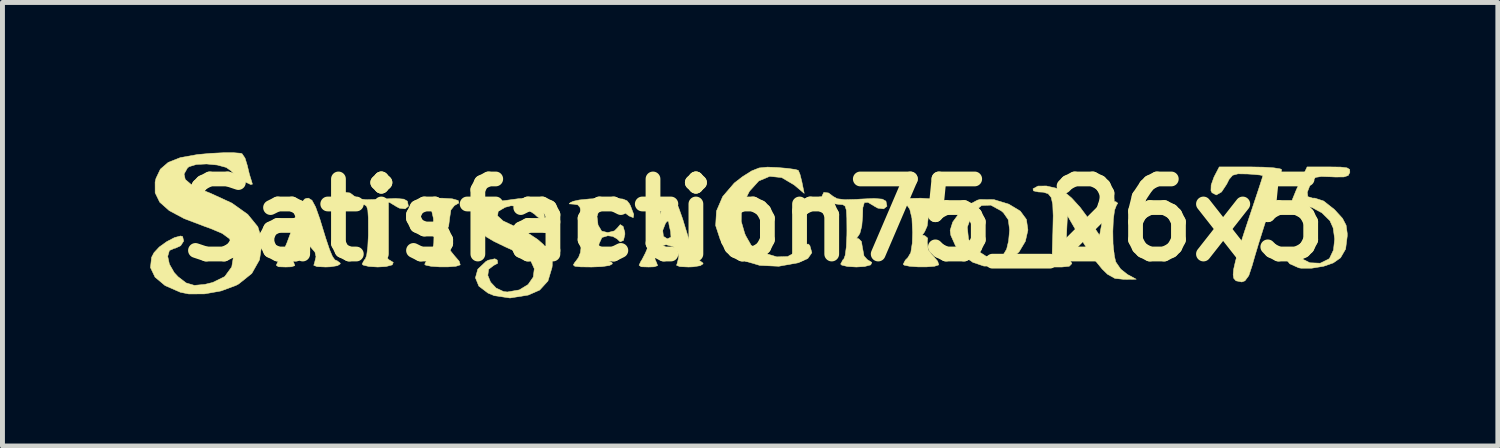
<source format=kicad_pcb>
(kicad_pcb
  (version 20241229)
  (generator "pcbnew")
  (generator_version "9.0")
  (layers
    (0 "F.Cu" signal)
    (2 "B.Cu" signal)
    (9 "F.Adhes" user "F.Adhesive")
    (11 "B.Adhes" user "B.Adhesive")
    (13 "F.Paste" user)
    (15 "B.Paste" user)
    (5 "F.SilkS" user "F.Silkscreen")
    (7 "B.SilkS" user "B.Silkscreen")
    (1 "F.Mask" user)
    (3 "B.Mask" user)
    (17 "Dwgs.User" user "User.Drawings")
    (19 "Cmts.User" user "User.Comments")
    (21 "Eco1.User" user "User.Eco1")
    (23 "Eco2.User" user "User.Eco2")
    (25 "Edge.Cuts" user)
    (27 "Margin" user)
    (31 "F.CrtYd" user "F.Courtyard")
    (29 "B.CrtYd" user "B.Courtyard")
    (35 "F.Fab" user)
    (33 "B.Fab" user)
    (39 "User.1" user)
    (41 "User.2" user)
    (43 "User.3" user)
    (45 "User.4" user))
  (footprint "Satisfaction75_26x5"
    (layer "F.Cu")
    (at 12.24 1.418)
    (property "Reference" "Satisfaction75_26x5" (at 0 0 0) (layer "F.SilkS") (effects (font (size 1.524 1.524) (thickness 0.3))))
    (attr through_hole)
    (fp_poly (pts (xy -6.106 -0.431) (xy -5.987 -0.397) (xy -5.974 -0.347) (xy -6.064 -0.295) (xy -6.136 -0.204) (xy -6.16 -0.046) (xy -6.181 0.122) (xy -6.233 0.239) (xy -6.236 0.241) (xy -6.278 0.304) (xy -6.228 0.318) (xy -6.172 0.366) (xy -6.18 0.451) (xy -6.16 0.605) (xy -6.061 0.728) (xy -5.968 0.835) (xy -5.946 0.907) (xy -5.949 0.911) (xy -6.033 0.938) (xy -6.188 0.95) (xy -6.371 0.95) (xy -6.539 0.938) (xy -6.648 0.915) (xy -6.668 0.897) (xy -6.624 0.814) (xy -6.572 0.762) (xy -6.514 0.661) (xy -6.483 0.469) (xy -6.477 0.251) (xy -6.491 -0.038) (xy -6.533 -0.217) (xy -6.572 -0.277) (xy -6.647 -0.365) (xy -6.642 -0.416) (xy -6.541 -0.439) (xy -6.329 -0.444) (xy -6.318 -0.445) (xy -6.106 -0.431)) (stroke (width 0.01) (type solid)) (fill yes) (layer "F.SilkS"))
    (fp_poly (pts (xy 3.61 -0.431) (xy 3.728 -0.397) (xy 3.741 -0.347) (xy 3.651 -0.295) (xy 3.579 -0.204) (xy 3.556 -0.046) (xy 3.534 0.122) (xy 3.482 0.239) (xy 3.48 0.241) (xy 3.437 0.304) (xy 3.487 0.318) (xy 3.544 0.366) (xy 3.536 0.451) (xy 3.555 0.605) (xy 3.654 0.728) (xy 3.747 0.835) (xy 3.77 0.907) (xy 3.767 0.911) (xy 3.683 0.938) (xy 3.528 0.95) (xy 3.345 0.95) (xy 3.177 0.938) (xy 3.068 0.915) (xy 3.048 0.897) (xy 3.091 0.814) (xy 3.143 0.762) (xy 3.202 0.661) (xy 3.232 0.469) (xy 3.239 0.251) (xy 3.225 -0.038) (xy 3.182 -0.217) (xy 3.143 -0.277) (xy 3.068 -0.365) (xy 3.073 -0.416) (xy 3.175 -0.439) (xy 3.387 -0.444) (xy 3.397 -0.445) (xy 3.61 -0.431)) (stroke (width 0.01) (type solid)) (fill yes) (layer "F.SilkS"))
    (fp_poly (pts (xy 4.89 -0.415) (xy 5.193 -0.322) (xy 5.425 -0.182) (xy 5.549 -0.013) (xy 5.58 0.202) (xy 5.528 0.431) (xy 5.4 0.645) (xy 5.206 0.813) (xy 5.112 0.861) (xy 4.882 0.936) (xy 4.686 0.934) (xy 4.462 0.858) (xy 4.272 0.725) (xy 4.112 0.527) (xy 4.015 0.31) (xy 4.001 0.209) (xy 4.021 0.145) (xy 4.349 0.145) (xy 4.374 0.387) (xy 4.51 0.594) (xy 4.727 0.733) (xy 4.927 0.784) (xy 5.064 0.732) (xy 5.148 0.59) (xy 5.188 0.422) (xy 5.207 0.214) (xy 5.207 0.191) (xy 5.181 -0.008) (xy 5.083 -0.149) (xy 5.04 -0.186) (xy 4.826 -0.303) (xy 4.639 -0.296) (xy 4.48 -0.166) (xy 4.443 -0.111) (xy 4.349 0.145) (xy 4.021 0.145) (xy 4.053 0.041) (xy 4.186 -0.141) (xy 4.365 -0.302) (xy 4.554 -0.404) (xy 4.604 -0.417) (xy 4.89 -0.415)) (stroke (width 0.01) (type solid)) (fill yes) (layer "F.SilkS"))
    (fp_poly (pts (xy 0.49 -1.067) (xy 0.701 -1.049) (xy 0.857 -1.027) (xy 0.918 -1.009) (xy 0.952 -0.929) (xy 0.99 -0.779) (xy 0.994 -0.758) (xy 1.038 -0.542) (xy 0.832 -0.715) (xy 0.581 -0.863) (xy 0.338 -0.888) (xy 0.115 -0.794) (xy -0.074 -0.585) (xy -0.164 -0.409) (xy -0.238 -0.179) (xy -0.241 0.027) (xy -0.171 0.268) (xy -0.154 0.311) (xy -0.042 0.508) (xy 0.127 0.631) (xy 0.197 0.662) (xy 0.481 0.747) (xy 0.701 0.741) (xy 0.885 0.641) (xy 0.932 0.598) (xy 1.051 0.496) (xy 1.122 0.487) (xy 1.152 0.518) (xy 1.193 0.663) (xy 1.111 0.78) (xy 0.92 0.866) (xy 0.522 0.938) (xy 0.134 0.92) (xy -0.161 0.833) (xy -0.468 0.638) (xy -0.668 0.392) (xy -0.76 0.112) (xy -0.743 -0.184) (xy -0.617 -0.477) (xy -0.382 -0.751) (xy -0.217 -0.879) (xy -0.029 -0.998) (xy 0.122 -1.058) (xy 0.293 -1.075) (xy 0.49 -1.067)) (stroke (width 0.01) (type solid)) (fill yes) (layer "F.SilkS"))
    (fp_poly (pts (xy 10.364 -1.074) (xy 10.575 -1.06) (xy 10.704 -1.039) (xy 10.732 -1.023) (xy 10.713 -0.945) (xy 10.661 -0.77) (xy 10.584 -0.524) (xy 10.49 -0.232) (xy 10.473 -0.182) (xy 10.367 0.148) (xy 10.267 0.465) (xy 10.186 0.735) (xy 10.133 0.92) (xy 10.133 0.921) (xy 10.064 1.128) (xy 9.986 1.233) (xy 9.923 1.257) (xy 9.804 1.233) (xy 9.759 1.183) (xy 9.747 1.11) (xy 9.757 0.998) (xy 9.795 0.831) (xy 9.863 0.591) (xy 9.967 0.264) (xy 10.101 -0.139) (xy 10.196 -0.424) (xy 10.275 -0.662) (xy 10.329 -0.828) (xy 10.35 -0.9) (xy 10.35 -0.901) (xy 10.293 -0.915) (xy 10.147 -0.929) (xy 10.035 -0.936) (xy 9.845 -0.939) (xy 9.736 -0.91) (xy 9.665 -0.828) (xy 9.616 -0.73) (xy 9.511 -0.571) (xy 9.405 -0.51) (xy 9.318 -0.555) (xy 9.296 -0.598) (xy 9.3 -0.711) (xy 9.356 -0.868) (xy 9.363 -0.883) (xy 9.465 -1.079) (xy 10.098 -1.079) (xy 10.364 -1.074)) (stroke (width 0.01) (type solid)) (fill yes) (layer "F.SilkS"))
    (fp_poly (pts (xy -8.183 -0.55) (xy -8.092 -0.481) (xy -8.007 -0.433) (xy -7.859 -0.414) (xy -7.62 -0.42) (xy -7.534 -0.426) (xy -7.258 -0.439) (xy -7.092 -0.425) (xy -7.019 -0.384) (xy -6.998 -0.281) (xy -7.064 -0.228) (xy -7.182 -0.242) (xy -7.248 -0.278) (xy -7.382 -0.36) (xy -7.456 -0.356) (xy -7.487 -0.252) (xy -7.493 -0.076) (xy -7.508 0.12) (xy -7.546 0.267) (xy -7.569 0.305) (xy -7.613 0.368) (xy -7.569 0.381) (xy -7.515 0.436) (xy -7.493 0.572) (xy -7.493 0.573) (xy -7.463 0.729) (xy -7.398 0.803) (xy -7.305 0.86) (xy -7.327 0.91) (xy -7.452 0.943) (xy -7.62 0.953) (xy -7.801 0.942) (xy -7.916 0.914) (xy -7.938 0.893) (xy -7.891 0.807) (xy -7.874 0.794) (xy -7.845 0.716) (xy -7.823 0.544) (xy -7.811 0.309) (xy -7.811 0.219) (xy -7.812 -0.042) (xy -7.822 -0.2) (xy -7.847 -0.282) (xy -7.894 -0.313) (xy -7.964 -0.318) (xy -8.178 -0.345) (xy -8.299 -0.42) (xy -8.319 -0.483) (xy -8.28 -0.562) (xy -8.183 -0.55)) (stroke (width 0.01) (type solid)) (fill yes) (layer "F.SilkS"))
    (fp_poly (pts (xy 1.532 -0.55) (xy 1.623 -0.481) (xy 1.709 -0.433) (xy 1.857 -0.414) (xy 2.095 -0.42) (xy 2.181 -0.426) (xy 2.457 -0.439) (xy 2.624 -0.425) (xy 2.697 -0.384) (xy 2.718 -0.281) (xy 2.651 -0.228) (xy 2.533 -0.242) (xy 2.468 -0.278) (xy 2.333 -0.36) (xy 2.259 -0.356) (xy 2.228 -0.252) (xy 2.223 -0.076) (xy 2.207 0.12) (xy 2.169 0.267) (xy 2.146 0.305) (xy 2.102 0.368) (xy 2.146 0.381) (xy 2.2 0.436) (xy 2.222 0.572) (xy 2.223 0.573) (xy 2.252 0.729) (xy 2.318 0.803) (xy 2.411 0.86) (xy 2.388 0.91) (xy 2.263 0.943) (xy 2.095 0.953) (xy 1.914 0.942) (xy 1.799 0.914) (xy 1.778 0.893) (xy 1.824 0.807) (xy 1.841 0.794) (xy 1.87 0.716) (xy 1.893 0.544) (xy 1.904 0.309) (xy 1.905 0.219) (xy 1.903 -0.042) (xy 1.894 -0.2) (xy 1.869 -0.282) (xy 1.821 -0.313) (xy 1.751 -0.318) (xy 1.537 -0.345) (xy 1.417 -0.42) (xy 1.397 -0.483) (xy 1.436 -0.562) (xy 1.532 -0.55)) (stroke (width 0.01) (type solid)) (fill yes) (layer "F.SilkS"))
    (fp_poly (pts (xy 6.156 -0.646) (xy 6.324 -0.568) (xy 6.468 -0.447) (xy 6.639 -0.259) (xy 6.785 -0.063) (xy 7.035 0.312) (xy 7.076 0.094) (xy 7.086 -0.094) (xy 7.052 -0.247) (xy 7.049 -0.253) (xy 7.016 -0.336) (xy 7.057 -0.373) (xy 7.195 -0.381) (xy 7.218 -0.381) (xy 7.366 -0.372) (xy 7.404 -0.341) (xy 7.379 -0.305) (xy 7.339 -0.202) (xy 7.314 -0.011) (xy 7.304 0.229) (xy 7.308 0.479) (xy 7.329 0.701) (xy 7.363 0.85) (xy 7.463 0.995) (xy 7.601 1.105) (xy 7.779 1.201) (xy 7.532 1.204) (xy 7.346 1.184) (xy 7.196 1.1) (xy 7.088 0.995) (xy 6.957 0.834) (xy 6.798 0.607) (xy 6.645 0.363) (xy 6.636 0.347) (xy 6.382 -0.091) (xy 6.363 0.313) (xy 6.362 0.537) (xy 6.382 0.709) (xy 6.41 0.784) (xy 6.473 0.882) (xy 6.42 0.937) (xy 6.271 0.953) (xy 6.064 0.953) (xy 6.086 0.246) (xy 6.093 -0.089) (xy 6.084 -0.317) (xy 6.053 -0.459) (xy 5.991 -0.535) (xy 5.893 -0.566) (xy 5.791 -0.571) (xy 5.693 -0.593) (xy 5.683 -0.635) (xy 5.784 -0.69) (xy 5.956 -0.692) (xy 6.156 -0.646)) (stroke (width 0.01) (type solid)) (fill yes) (layer "F.SilkS"))
    (fp_poly (pts (xy 11.927 -1.076) (xy 12.058 -1.06) (xy 12.113 -1.027) (xy 12.116 -0.968) (xy 12.083 -0.905) (xy 11.996 -0.876) (xy 11.824 -0.874) (xy 11.743 -0.878) (xy 11.539 -0.885) (xy 11.422 -0.867) (xy 11.356 -0.81) (xy 11.316 -0.732) (xy 11.251 -0.563) (xy 11.263 -0.475) (xy 11.358 -0.446) (xy 11.406 -0.445) (xy 11.583 -0.387) (xy 11.797 -0.219) (xy 11.818 -0.198) (xy 11.967 -0.034) (xy 12.04 0.105) (xy 12.063 0.27) (xy 12.063 0.326) (xy 12.03 0.588) (xy 11.927 0.766) (xy 11.779 0.87) (xy 11.583 0.938) (xy 11.343 0.977) (xy 11.13 0.978) (xy 11.081 0.97) (xy 10.896 0.888) (xy 10.802 0.767) (xy 10.795 0.722) (xy 10.834 0.644) (xy 10.943 0.663) (xy 11.095 0.762) (xy 11.304 0.867) (xy 11.515 0.876) (xy 11.689 0.79) (xy 11.706 0.773) (xy 11.784 0.608) (xy 11.808 0.385) (xy 11.777 0.159) (xy 11.712 0.014) (xy 11.549 -0.147) (xy 11.34 -0.259) (xy 11.136 -0.298) (xy 11.074 -0.29) (xy 10.973 -0.277) (xy 10.932 -0.315) (xy 10.951 -0.422) (xy 11.03 -0.615) (xy 11.085 -0.734) (xy 11.249 -1.079) (xy 11.693 -1.079) (xy 11.927 -1.076)) (stroke (width 0.01) (type solid)) (fill yes) (layer "F.SilkS"))
    (fp_poly (pts (xy -8.956 -0.401) (xy -8.882 -0.264) (xy -8.795 -0.019) (xy -8.775 0.048) (xy -8.674 0.377) (xy -8.598 0.602) (xy -8.54 0.74) (xy -8.491 0.808) (xy -8.447 0.826) (xy -8.384 0.873) (xy -8.382 0.889) (xy -8.439 0.926) (xy -8.583 0.949) (xy -8.676 0.953) (xy -8.852 0.945) (xy -8.92 0.918) (xy -8.905 0.873) (xy -8.874 0.745) (xy -8.895 0.651) (xy -8.991 0.539) (xy -9.132 0.5) (xy -9.269 0.534) (xy -9.354 0.641) (xy -9.356 0.648) (xy -9.358 0.793) (xy -9.324 0.87) (xy -9.304 0.925) (xy -9.377 0.949) (xy -9.487 0.953) (xy -9.636 0.948) (xy -9.681 0.917) (xy -9.643 0.837) (xy -9.622 0.805) (xy -9.553 0.671) (xy -9.464 0.462) (xy -9.374 0.221) (xy -9.373 0.218) (xy -9.37 0.21) (xy -9.201 0.21) (xy -9.187 0.33) (xy -9.107 0.381) (xy -9.105 0.381) (xy -9.033 0.347) (xy -9.04 0.238) (xy -9.072 0.099) (xy -9.081 0.032) (xy -9.108 0.02) (xy -9.144 0.064) (xy -9.201 0.21) (xy -9.37 0.21) (xy -9.272 -0.072) (xy -9.201 -0.261) (xy -9.149 -0.373) (xy -9.105 -0.426) (xy -9.058 -0.443) (xy -9.026 -0.444) (xy -8.956 -0.401)) (stroke (width 0.01) (type solid)) (fill yes) (layer "F.SilkS"))
    (fp_poly (pts (xy -1.59 -0.401) (xy -1.516 -0.264) (xy -1.429 -0.019) (xy -1.409 0.048) (xy -1.308 0.377) (xy -1.232 0.602) (xy -1.174 0.74) (xy -1.125 0.808) (xy -1.081 0.826) (xy -1.018 0.873) (xy -1.016 0.889) (xy -1.073 0.926) (xy -1.217 0.949) (xy -1.31 0.953) (xy -1.486 0.945) (xy -1.554 0.918) (xy -1.539 0.873) (xy -1.508 0.745) (xy -1.529 0.651) (xy -1.625 0.539) (xy -1.766 0.5) (xy -1.903 0.534) (xy -1.988 0.641) (xy -1.99 0.648) (xy -1.992 0.793) (xy -1.958 0.87) (xy -1.938 0.925) (xy -2.011 0.949) (xy -2.121 0.953) (xy -2.27 0.948) (xy -2.315 0.917) (xy -2.277 0.837) (xy -2.256 0.805) (xy -2.187 0.671) (xy -2.098 0.462) (xy -2.008 0.221) (xy -2.007 0.218) (xy -2.004 0.21) (xy -1.835 0.21) (xy -1.821 0.33) (xy -1.741 0.381) (xy -1.739 0.381) (xy -1.667 0.347) (xy -1.674 0.238) (xy -1.706 0.099) (xy -1.715 0.032) (xy -1.742 0.02) (xy -1.778 0.064) (xy -1.835 0.21) (xy -2.004 0.21) (xy -1.906 -0.072) (xy -1.835 -0.261) (xy -1.783 -0.373) (xy -1.739 -0.426) (xy -1.692 -0.443) (xy -1.66 -0.444) (xy -1.59 -0.401)) (stroke (width 0.01) (type solid)) (fill yes) (layer "F.SilkS"))
    (fp_poly (pts (xy -2.796 -0.44) (xy -2.645 -0.427) (xy -2.56 -0.392) (xy -2.509 -0.328) (xy -2.487 -0.283) (xy -2.423 -0.114) (xy -2.433 -0.049) (xy -2.518 -0.084) (xy -2.612 -0.156) (xy -2.822 -0.286) (xy -2.997 -0.31) (xy -3.118 -0.236) (xy -3.169 -0.074) (xy -3.148 0.1) (xy -3.075 0.224) (xy -2.95 0.254) (xy -2.815 0.22) (xy -2.754 0.159) (xy -2.697 0.092) (xy -2.639 0.129) (xy -2.605 0.247) (xy -2.603 0.289) (xy -2.632 0.414) (xy -2.699 0.441) (xy -2.762 0.381) (xy -2.85 0.331) (xy -2.949 0.318) (xy -3.069 0.354) (xy -3.128 0.482) (xy -3.13 0.492) (xy -3.126 0.677) (xy -3.043 0.797) (xy -2.945 0.826) (xy -2.866 0.862) (xy -2.857 0.889) (xy -2.916 0.922) (xy -3.071 0.945) (xy -3.28 0.953) (xy -3.502 0.95) (xy -3.618 0.938) (xy -3.65 0.91) (xy -3.618 0.858) (xy -3.603 0.841) (xy -3.543 0.759) (xy -3.505 0.657) (xy -3.487 0.507) (xy -3.483 0.278) (xy -3.485 0.079) (xy -3.493 -0.138) (xy -3.514 -0.258) (xy -3.559 -0.309) (xy -3.635 -0.322) (xy -3.734 -0.329) (xy -3.711 -0.354) (xy -3.651 -0.381) (xy -3.527 -0.408) (xy -3.319 -0.429) (xy -3.069 -0.44) (xy -3.042 -0.44) (xy -2.796 -0.44)) (stroke (width 0.01) (type solid)) (fill yes) (layer "F.SilkS"))
    (fp_poly (pts (xy -4.318 -0.436) (xy -4.318 -0.435) (xy -4.302 -0.365) (xy -4.264 -0.223) (xy -4.259 -0.206) (xy -4.233 -0.051) (xy -4.274 -0.004) (xy -4.379 -0.066) (xy -4.443 -0.125) (xy -4.665 -0.268) (xy -4.915 -0.291) (xy -5.035 -0.259) (xy -5.175 -0.177) (xy -5.188 -0.085) (xy -5.075 0.018) (xy -4.842 0.127) (xy -4.6 0.245) (xy -4.373 0.395) (xy -4.263 0.491) (xy -4.132 0.642) (xy -4.077 0.768) (xy -4.078 0.923) (xy -4.083 0.965) (xy -4.165 1.237) (xy -4.333 1.421) (xy -4.566 1.523) (xy -4.935 1.582) (xy -5.255 1.535) (xy -5.383 1.482) (xy -5.568 1.341) (xy -5.637 1.172) (xy -5.589 0.998) (xy -5.425 0.842) (xy -5.38 0.816) (xy -5.243 0.786) (xy -5.194 0.813) (xy -5.186 0.878) (xy -5.264 0.919) (xy -5.369 0.999) (xy -5.386 1.123) (xy -5.33 1.261) (xy -5.218 1.38) (xy -5.065 1.452) (xy -4.988 1.46) (xy -4.746 1.418) (xy -4.568 1.309) (xy -4.463 1.157) (xy -4.442 0.988) (xy -4.514 0.827) (xy -4.689 0.699) (xy -4.69 0.699) (xy -5.024 0.547) (xy -5.26 0.433) (xy -5.413 0.343) (xy -5.502 0.266) (xy -5.544 0.189) (xy -5.556 0.098) (xy -5.556 0.07) (xy -5.511 -0.139) (xy -5.369 -0.29) (xy -5.124 -0.386) (xy -4.767 -0.433) (xy -4.76 -0.434) (xy -4.542 -0.443) (xy -4.384 -0.444) (xy -4.318 -0.436)) (stroke (width 0.01) (type solid)) (fill yes) (layer "F.SilkS"))
    (fp_poly (pts (xy -10.403 -1.356) (xy -10.376 -1.347) (xy -10.315 -1.257) (xy -10.27 -1.111) (xy -10.227 -0.932) (xy -10.187 -0.803) (xy -10.165 -0.729) (xy -10.201 -0.722) (xy -10.319 -0.778) (xy -10.338 -0.787) (xy -10.49 -0.887) (xy -10.591 -0.991) (xy -10.594 -0.996) (xy -10.697 -1.069) (xy -10.879 -1.118) (xy -11.096 -1.139) (xy -11.302 -1.129) (xy -11.452 -1.084) (xy -11.485 -1.057) (xy -11.553 -0.935) (xy -11.529 -0.825) (xy -11.404 -0.718) (xy -11.168 -0.603) (xy -11.017 -0.544) (xy -10.582 -0.344) (xy -10.26 -0.115) (xy -10.055 0.137) (xy -9.971 0.41) (xy -9.97 0.459) (xy -10.021 0.806) (xy -10.178 1.084) (xy -10.444 1.297) (xy -10.498 1.326) (xy -10.802 1.439) (xy -11.139 1.499) (xy -11.458 1.5) (xy -11.63 1.465) (xy -11.938 1.33) (xy -12.142 1.159) (xy -12.235 0.964) (xy -12.212 0.756) (xy -12.163 0.662) (xy -12.056 0.547) (xy -11.904 0.438) (xy -11.747 0.356) (xy -11.623 0.323) (xy -11.582 0.335) (xy -11.561 0.426) (xy -11.622 0.521) (xy -11.731 0.571) (xy -11.746 0.572) (xy -11.851 0.618) (xy -11.885 0.736) (xy -11.851 0.895) (xy -11.754 1.065) (xy -11.677 1.149) (xy -11.512 1.276) (xy -11.344 1.326) (xy -11.131 1.306) (xy -10.971 1.267) (xy -10.728 1.148) (xy -10.585 0.952) (xy -10.541 0.689) (xy -10.56 0.511) (xy -10.632 0.378) (xy -10.778 0.271) (xy -11.02 0.169) (xy -11.127 0.131) (xy -11.549 -0.029) (xy -11.853 -0.191) (xy -12.047 -0.363) (xy -12.14 -0.554) (xy -12.141 -0.772) (xy -12.123 -0.846) (xy -12.034 -1.033) (xy -11.874 -1.171) (xy -11.628 -1.268) (xy -11.282 -1.33) (xy -11.017 -1.354) (xy -10.756 -1.367) (xy -10.54 -1.367) (xy -10.403 -1.356)) (stroke (width 0.01) (type solid)) (fill yes) (layer "F.SilkS")))
  (gr_rect
    (start -3 -3)
    (end 27.361 6.005)
    (stroke (width 0.1) (type default))
    (fill no)
    (layer "Edge.Cuts")))
</source>
